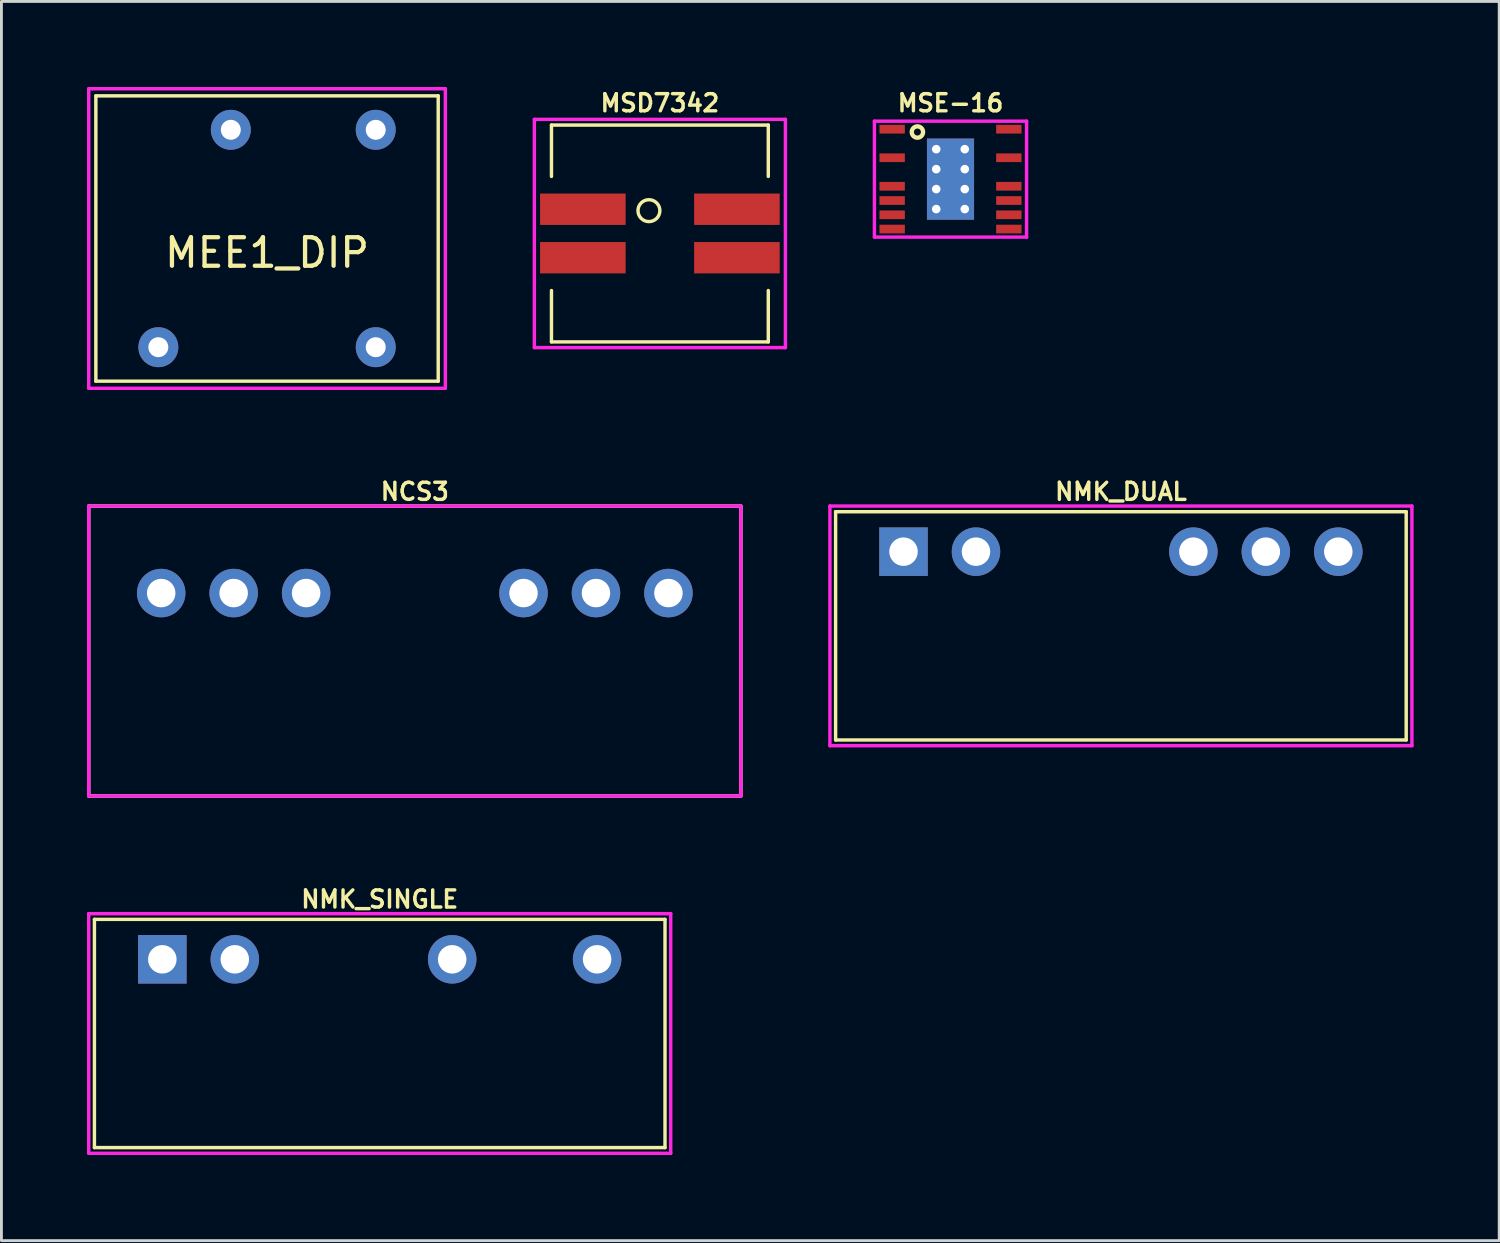
<source format=kicad_pcb>
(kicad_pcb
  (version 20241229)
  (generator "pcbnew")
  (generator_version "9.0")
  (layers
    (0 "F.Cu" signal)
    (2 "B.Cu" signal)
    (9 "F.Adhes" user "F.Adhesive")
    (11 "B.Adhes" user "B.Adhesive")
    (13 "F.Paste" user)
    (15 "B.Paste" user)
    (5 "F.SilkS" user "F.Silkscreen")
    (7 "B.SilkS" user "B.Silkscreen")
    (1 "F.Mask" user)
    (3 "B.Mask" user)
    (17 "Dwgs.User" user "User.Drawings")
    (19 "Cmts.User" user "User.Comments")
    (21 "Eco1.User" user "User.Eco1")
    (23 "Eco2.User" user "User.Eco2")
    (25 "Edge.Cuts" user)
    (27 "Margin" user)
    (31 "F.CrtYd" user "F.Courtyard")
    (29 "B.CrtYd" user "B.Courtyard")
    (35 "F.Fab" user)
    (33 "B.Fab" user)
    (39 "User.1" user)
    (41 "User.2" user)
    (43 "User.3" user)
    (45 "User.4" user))
  (footprint "NMK_SINGLE"
    (layer "F.Cu")
    (at 10.26 30.576)
    (property "Reference" "NMK_SINGLE" (at 0 -2.105 0) (layer "F.SilkS") (effects (font (size 0.6 0.6) (thickness 0.12))))
    (attr through_hole)
    (fp_line (start -10 -1.4) (end -10 6.6) (stroke (width 0.12) (type solid)) (layer "F.SilkS"))
    (fp_line (start -10 -1.4) (end 10 -1.4) (stroke (width 0.12) (type solid)) (layer "F.SilkS"))
    (fp_line (start -10 6.6) (end 10 6.6) (stroke (width 0.12) (type solid)) (layer "F.SilkS"))
    (fp_line (start 10 6.6) (end 10 -1.4) (stroke (width 0.12) (type solid)) (layer "F.SilkS"))
    (fp_line (start -10.2 -1.6) (end -10.2 6.8) (stroke (width 0.12) (type solid)) (layer "F.CrtYd"))
    (fp_line (start -10.2 6.8) (end 10.2 6.8) (stroke (width 0.12) (type solid)) (layer "F.CrtYd"))
    (fp_line (start 10.2 -1.6) (end -10.2 -1.6) (stroke (width 0.12) (type solid)) (layer "F.CrtYd"))
    (fp_line (start 10.2 6.8) (end 10.2 -1.6) (stroke (width 0.12) (type solid)) (layer "F.CrtYd"))
    (pad "1" thru_hole rect (at -7.62 0) (size 1.7 1.7) (drill 1) (layers "*.Cu" "*.Mask"))
    (pad "2" thru_hole circle (at -5.08 0) (size 1.7 1.7) (drill 1) (layers "*.Cu" "*.Mask"))
    (pad "5" thru_hole circle (at 2.54 0) (size 1.7 1.7) (drill 1) (layers "*.Cu" "*.Mask"))
    (pad "7" thru_hole circle (at 7.62 0) (size 1.7 1.7) (drill 1) (layers "*.Cu" "*.Mask")))
  (footprint "NCS3"
    (layer "F.Cu")
    (at 11.49 17.738)
    (property "Reference" "NCS3" (at 0 -3.556 0) (layer "F.SilkS") (effects (font (size 0.6 0.6) (thickness 0.12))))
    (attr through_hole)
    (fp_line (start -11.43 -3.048) (end 11.43 -3.048) (stroke (width 0.12) (type solid)) (layer "F.SilkS"))
    (fp_line (start -11.43 7.112) (end -11.43 -3.048) (stroke (width 0.12) (type solid)) (layer "F.SilkS"))
    (fp_line (start 11.43 -3.048) (end 11.43 7.112) (stroke (width 0.12) (type solid)) (layer "F.SilkS"))
    (fp_line (start 11.43 7.112) (end -11.43 7.112) (stroke (width 0.12) (type solid)) (layer "F.SilkS"))
    (fp_line (start -11.43 -3.048) (end 11.43 -3.048) (stroke (width 0.12) (type solid)) (layer "F.CrtYd"))
    (fp_line (start -11.43 7.112) (end -11.43 -3.048) (stroke (width 0.12) (type solid)) (layer "F.CrtYd"))
    (fp_line (start 11.43 -3.048) (end 11.43 7.112) (stroke (width 0.12) (type solid)) (layer "F.CrtYd"))
    (fp_line (start 11.43 7.112) (end -11.43 7.112) (stroke (width 0.12) (type solid)) (layer "F.CrtYd"))
    (pad "1" thru_hole circle (at -8.89 0) (size 1.7 1.7) (drill 1) (layers "*.Cu" "*.Mask"))
    (pad "2" thru_hole circle (at -6.35 0) (size 1.7 1.7) (drill 1) (layers "*.Cu" "*.Mask"))
    (pad "3" thru_hole circle (at -3.81 0) (size 1.7 1.7) (drill 1) (layers "*.Cu" "*.Mask"))
    (pad "6" thru_hole circle (at 3.81 0) (size 1.7 1.7) (drill 1) (layers "*.Cu" "*.Mask"))
    (pad "7" thru_hole circle (at 6.35 0) (size 1.7 1.7) (drill 1) (layers "*.Cu" "*.Mask"))
    (pad "8" thru_hole circle (at 8.89 0) (size 1.7 1.7) (drill 1) (layers "*.Cu" "*.Mask")))
  (footprint "NMK_DUAL"
    (layer "F.Cu")
    (at 36.24 16.287)
    (property "Reference" "NMK_DUAL" (at 0 -2.105 0) (layer "F.SilkS") (effects (font (size 0.6 0.6) (thickness 0.12))))
    (attr through_hole)
    (fp_line (start -10 -1.4) (end -10 6.6) (stroke (width 0.12) (type solid)) (layer "F.SilkS"))
    (fp_line (start -10 -1.4) (end 10 -1.4) (stroke (width 0.12) (type solid)) (layer "F.SilkS"))
    (fp_line (start -10 6.6) (end 10 6.6) (stroke (width 0.12) (type solid)) (layer "F.SilkS"))
    (fp_line (start 10 6.6) (end 10 -1.4) (stroke (width 0.12) (type solid)) (layer "F.SilkS"))
    (fp_line (start -10.2 -1.6) (end -10.2 6.8) (stroke (width 0.12) (type solid)) (layer "F.CrtYd"))
    (fp_line (start -10.2 6.8) (end 10.2 6.8) (stroke (width 0.12) (type solid)) (layer "F.CrtYd"))
    (fp_line (start 10.2 -1.6) (end -10.2 -1.6) (stroke (width 0.12) (type solid)) (layer "F.CrtYd"))
    (fp_line (start 10.2 6.8) (end 10.2 -1.6) (stroke (width 0.12) (type solid)) (layer "F.CrtYd"))
    (pad "1" thru_hole rect (at -7.62 0) (size 1.7 1.7) (drill 1) (layers "*.Cu" "*.Mask"))
    (pad "2" thru_hole circle (at -5.08 0) (size 1.7 1.7) (drill 1) (layers "*.Cu" "*.Mask"))
    (pad "5" thru_hole circle (at 2.54 0) (size 1.7 1.7) (drill 1) (layers "*.Cu" "*.Mask"))
    (pad "6" thru_hole circle (at 5.08 0) (size 1.7 1.7) (drill 1) (layers "*.Cu" "*.Mask"))
    (pad "7" thru_hole circle (at 7.62 0) (size 1.7 1.7) (drill 1) (layers "*.Cu" "*.Mask")))
  (footprint "MSD7342"
    (layer "F.Cu")
    (at 20.08 5.134)
    (property "Reference" "MSD7342" (at 0 -4.572 0) (layer "F.SilkS") (effects (font (size 0.6 0.6) (thickness 0.12))))
    (attr through_hole)
    (fp_line (start -3.8 -3.8) (end 3.8 -3.8) (stroke (width 0.12) (type solid)) (layer "F.SilkS"))
    (fp_line (start -3.8 -2) (end -3.8 -3.8) (stroke (width 0.12) (type solid)) (layer "F.SilkS"))
    (fp_line (start -3.8 3.8) (end -3.8 2) (stroke (width 0.12) (type solid)) (layer "F.SilkS"))
    (fp_line (start 3.8 -3.8) (end 3.8 -2) (stroke (width 0.12) (type solid)) (layer "F.SilkS"))
    (fp_line (start 3.8 2) (end 3.8 3.8) (stroke (width 0.12) (type solid)) (layer "F.SilkS"))
    (fp_line (start 3.8 3.8) (end -3.8 3.8) (stroke (width 0.12) (type solid)) (layer "F.SilkS"))
    (fp_circle (center -0.384 -0.8) (end -0.022 -0.673) (stroke (width 0.12) (type solid)) (fill no) (layer "F.SilkS"))
    (fp_line (start -4.4 -4) (end -4.4 4) (stroke (width 0.12) (type solid)) (layer "F.CrtYd"))
    (fp_line (start -4.4 4) (end 4.4 4) (stroke (width 0.12) (type solid)) (layer "F.CrtYd"))
    (fp_line (start 4.4 -4) (end -4.4 -4) (stroke (width 0.12) (type solid)) (layer "F.CrtYd"))
    (fp_line (start 4.4 4) (end 4.4 -4) (stroke (width 0.12) (type solid)) (layer "F.CrtYd"))
    (pad "1" smd rect (at -2.7 -0.85) (size 3 1.1) (layers "F.Cu" "F.Mask" "F.Paste"))
    (pad "2" smd rect (at -2.7 0.85) (size 3 1.1) (layers "F.Cu" "F.Mask" "F.Paste"))
    (pad "3" smd rect (at 2.7 0.85) (size 3 1.1) (layers "F.Cu" "F.Mask" "F.Paste"))
    (pad "4" smd rect (at 2.7 -0.85) (size 3 1.1) (layers "F.Cu" "F.Mask" "F.Paste")))
  (footprint "MEE1_DIP"
    (layer "F.Cu")
    (at 6.31 5.31)
    (property "Reference" "MEE1_DIP" (at 0 0.5 0) (layer "F.SilkS") (effects (font (size 1 1) (thickness 0.15))))
    (attr through_hole)
    (fp_line (start -6 -5) (end -6 5) (stroke (width 0.12) (type solid)) (layer "F.SilkS"))
    (fp_line (start -6 5) (end 6 5) (stroke (width 0.12) (type solid)) (layer "F.SilkS"))
    (fp_line (start 6 -5) (end -6 -5) (stroke (width 0.12) (type solid)) (layer "F.SilkS"))
    (fp_line (start 6 5) (end 6 -5) (stroke (width 0.12) (type solid)) (layer "F.SilkS"))
    (fp_line (start -6.25 -5.25) (end 6.25 -5.25) (stroke (width 0.12) (type solid)) (layer "F.CrtYd"))
    (fp_line (start -6.25 5.25) (end -6.25 -5.25) (stroke (width 0.12) (type solid)) (layer "F.CrtYd"))
    (fp_line (start 6.25 -5.25) (end 6.25 5.25) (stroke (width 0.12) (type solid)) (layer "F.CrtYd"))
    (fp_line (start 6.25 5.25) (end -6.25 5.25) (stroke (width 0.12) (type solid)) (layer "F.CrtYd"))
    (pad "1" thru_hole circle (at -3.81 3.81) (size 1.4 1.4) (drill 0.7) (layers "*.Cu" "*.Mask"))
    (pad "4" thru_hole circle (at 3.81 3.81) (size 1.4 1.4) (drill 0.7) (layers "*.Cu" "*.Mask"))
    (pad "5" thru_hole circle (at 3.81 -3.81) (size 1.4 1.4) (drill 0.7) (layers "*.Cu" "*.Mask"))
    (pad "7" thru_hole circle (at -1.27 -3.81) (size 1.4 1.4) (drill 0.7) (layers "*.Cu" "*.Mask")))
  (footprint "MSE-16"
    (layer "F.Cu")
    (at 30.267 3.229)
    (property "Reference" "MSE-16" (at 0 -2.667 0) (layer "F.SilkS") (effects (font (size 0.6 0.6) (thickness 0.12))))
    (attr through_hole)
    (fp_circle (center -1.16 -1.651) (end -1.259 -1.479) (stroke (width 0.152) (type solid)) (fill no) (layer "F.SilkS"))
    (fp_line (start -2.667 -2.032) (end 2.667 -2.032) (stroke (width 0.12) (type solid)) (layer "F.CrtYd"))
    (fp_line (start -2.667 2.032) (end -2.667 -2.032) (stroke (width 0.12) (type solid)) (layer "F.CrtYd"))
    (fp_line (start 2.667 -2.032) (end 2.667 2.032) (stroke (width 0.12) (type solid)) (layer "F.CrtYd"))
    (fp_line (start 2.667 2.032) (end -2.667 2.032) (stroke (width 0.12) (type solid)) (layer "F.CrtYd"))
    (pad "1" smd rect (at -2.045 -1.75 270) (size 0.305 0.889) (layers "F.Cu" "F.Mask" "F.Paste"))
    (pad "3" smd rect (at -2.045 -0.75 270) (size 0.305 0.889) (layers "F.Cu" "F.Mask" "F.Paste"))
    (pad "5" smd rect (at -2.045 0.25 270) (size 0.305 0.889) (layers "F.Cu" "F.Mask" "F.Paste"))
    (pad "6" smd rect (at -2.045 0.75 270) (size 0.305 0.889) (layers "F.Cu" "F.Mask" "F.Paste"))
    (pad "7" smd rect (at -2.045 1.25 270) (size 0.305 0.889) (layers "F.Cu" "F.Mask" "F.Paste"))
    (pad "8" smd rect (at -2.045 1.75 270) (size 0.305 0.889) (layers "F.Cu" "F.Mask" "F.Paste"))
    (pad "9" smd rect (at 2.045 1.75 270) (size 0.305 0.889) (layers "F.Cu" "F.Mask" "F.Paste"))
    (pad "10" smd rect (at 2.045 1.25 270) (size 0.305 0.889) (layers "F.Cu" "F.Mask" "F.Paste"))
    (pad "11" smd rect (at 2.045 0.75 270) (size 0.305 0.889) (layers "F.Cu" "F.Mask" "F.Paste"))
    (pad "12" smd rect (at 2.045 0.25 270) (size 0.305 0.889) (layers "F.Cu" "F.Mask" "F.Paste"))
    (pad "14" smd rect (at 2.045 -0.75 270) (size 0.305 0.889) (layers "F.Cu" "F.Mask" "F.Paste"))
    (pad "16" smd rect (at 2.045 -1.75 270) (size 0.305 0.889) (layers "F.Cu" "F.Mask" "F.Paste"))
    (pad "17" thru_hole circle (at -0.5 -1.05 270) (size 0.5 0.5) (drill 0.3) (layers "*.Cu" "F.Mask"))
    (pad "17" thru_hole circle (at -0.5 -0.35 270) (size 0.5 0.5) (drill 0.3) (layers "*.Cu" "F.Mask"))
    (pad "17" thru_hole circle (at -0.5 0.35 270) (size 0.5 0.5) (drill 0.3) (layers "*.Cu" "F.Mask"))
    (pad "17" thru_hole circle (at -0.5 1.05 270) (size 0.5 0.5) (drill 0.3) (layers "*.Cu" "F.Mask"))
    (pad "17" smd rect (at 0 0 270) (size 2.845 1.651) (layers "F.Cu" "F.Mask" "F.Paste"))
    (pad "17" smd rect (at 0 0 270) (size 2.845 1.651) (layers "B.Cu" "B.Mask" "B.Paste"))
    (pad "17" thru_hole circle (at 0.5 -1.05 270) (size 0.5 0.5) (drill 0.3) (layers "*.Cu" "F.Mask"))
    (pad "17" thru_hole circle (at 0.5 -0.35 270) (size 0.5 0.5) (drill 0.3) (layers "*.Cu" "F.Mask"))
    (pad "17" thru_hole circle (at 0.5 0.35 270) (size 0.5 0.5) (drill 0.3) (layers "*.Cu" "F.Mask"))
    (pad "17" thru_hole circle (at 0.5 1.05 270) (size 0.5 0.5) (drill 0.3) (layers "*.Cu" "F.Mask")))
  (gr_rect
    (start -3 -3)
    (end 49.5 40.436)
    (stroke (width 0.1) (type default))
    (fill no)
    (layer "Edge.Cuts")))
</source>
